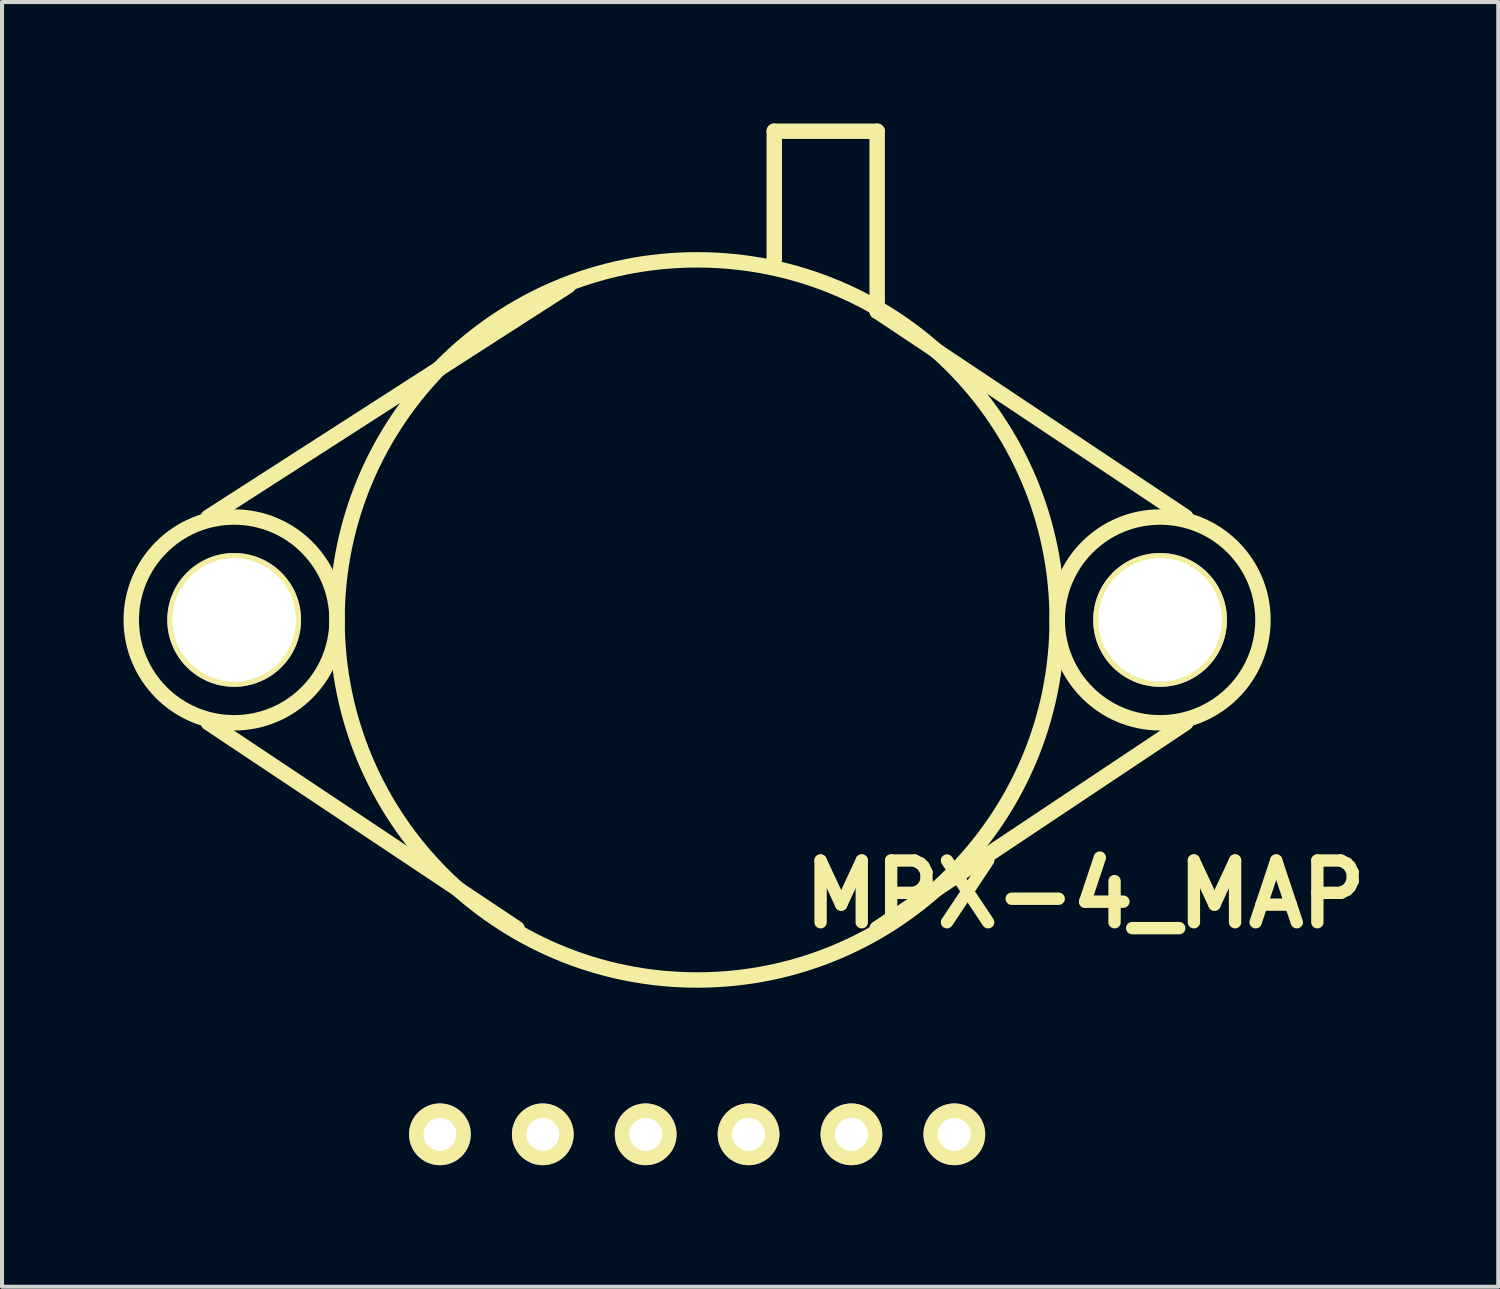
<source format=kicad_pcb>
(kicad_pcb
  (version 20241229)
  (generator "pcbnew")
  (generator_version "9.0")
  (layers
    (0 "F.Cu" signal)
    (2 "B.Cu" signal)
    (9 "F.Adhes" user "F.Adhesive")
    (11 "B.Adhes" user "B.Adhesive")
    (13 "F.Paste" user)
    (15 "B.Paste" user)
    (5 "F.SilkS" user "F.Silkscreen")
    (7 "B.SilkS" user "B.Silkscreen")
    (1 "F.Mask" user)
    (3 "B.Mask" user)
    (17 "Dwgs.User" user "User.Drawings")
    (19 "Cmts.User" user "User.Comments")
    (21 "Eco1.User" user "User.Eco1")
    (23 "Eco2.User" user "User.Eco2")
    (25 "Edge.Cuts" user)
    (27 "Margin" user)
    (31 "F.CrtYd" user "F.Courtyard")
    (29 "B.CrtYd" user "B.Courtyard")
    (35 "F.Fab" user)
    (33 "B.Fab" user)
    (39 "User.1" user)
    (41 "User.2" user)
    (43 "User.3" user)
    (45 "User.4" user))
  (footprint "MPX-4_MAP"
    (layer "F.Cu")
    (at 14.161 8.445)
    (property "Reference" "MPX-4_MAP" (at 9.58 10.585 180) (layer "F.SilkS") (effects (font (size 1.524 1.524) (thickness 0.305))))
    (attr through_hole)
    (fp_line (start -12.065 1.27) (end -3.175 -4.445) (stroke (width 0.381) (type solid)) (layer "F.SilkS"))
    (fp_line (start -4.445 11.43) (end -12.065 6.35) (stroke (width 0.381) (type solid)) (layer "F.SilkS"))
    (fp_line (start 1.905 -8.255) (end 4.445 -8.255) (stroke (width 0.381) (type solid)) (layer "F.SilkS"))
    (fp_line (start 1.905 -5.08) (end 1.905 -8.255) (stroke (width 0.381) (type solid)) (layer "F.SilkS"))
    (fp_line (start 4.445 -8.255) (end 4.445 -3.81) (stroke (width 0.381) (type solid)) (layer "F.SilkS"))
    (fp_line (start 4.445 -3.81) (end 12.065 1.27) (stroke (width 0.381) (type solid)) (layer "F.SilkS"))
    (fp_line (start 4.445 11.43) (end 12.065 6.35) (stroke (width 0.381) (type solid)) (layer "F.SilkS"))
    (fp_circle (center -11.43 3.81) (end -13.97 3.81) (stroke (width 0.381) (type solid)) (fill no) (layer "F.SilkS"))
    (fp_circle (center 0 3.81) (end 0 12.7) (stroke (width 0.381) (type solid)) (fill no) (layer "F.SilkS"))
    (fp_circle (center 11.43 3.81) (end 13.97 3.81) (stroke (width 0.381) (type solid)) (fill no) (layer "F.SilkS"))
    (pad "" thru_hole circle (at -11.43 3.81) (size 3.302 3.302) (drill 3.048) (layers "*.Cu" "*.Mask" "F.SilkS"))
    (pad "" thru_hole circle (at 11.43 3.81) (size 3.302 3.302) (drill 3.048) (layers "*.Cu" "*.Mask" "F.SilkS"))
    (pad "1" thru_hole circle (at -6.35 16.51) (size 1.524 1.524) (drill 0.813) (layers "*.Cu" "*.Mask" "F.SilkS"))
    (pad "2" thru_hole circle (at -3.81 16.51) (size 1.524 1.524) (drill 0.813) (layers "*.Cu" "*.Mask" "F.SilkS"))
    (pad "3" thru_hole circle (at -1.27 16.51) (size 1.524 1.524) (drill 0.813) (layers "*.Cu" "*.Mask" "F.SilkS"))
    (pad "4" thru_hole circle (at 1.27 16.51) (size 1.524 1.524) (drill 0.813) (layers "*.Cu" "*.Mask" "F.SilkS"))
    (pad "5" thru_hole circle (at 3.81 16.51) (size 1.524 1.524) (drill 0.813) (layers "*.Cu" "*.Mask" "F.SilkS"))
    (pad "6" thru_hole circle (at 6.35 16.51) (size 1.524 1.524) (drill 0.813) (layers "*.Cu" "*.Mask" "F.SilkS")))
  (gr_rect
    (start -3 -3)
    (end 33.94 28.718)
    (stroke (width 0.1) (type default))
    (fill no)
    (layer "Edge.Cuts")))
</source>
